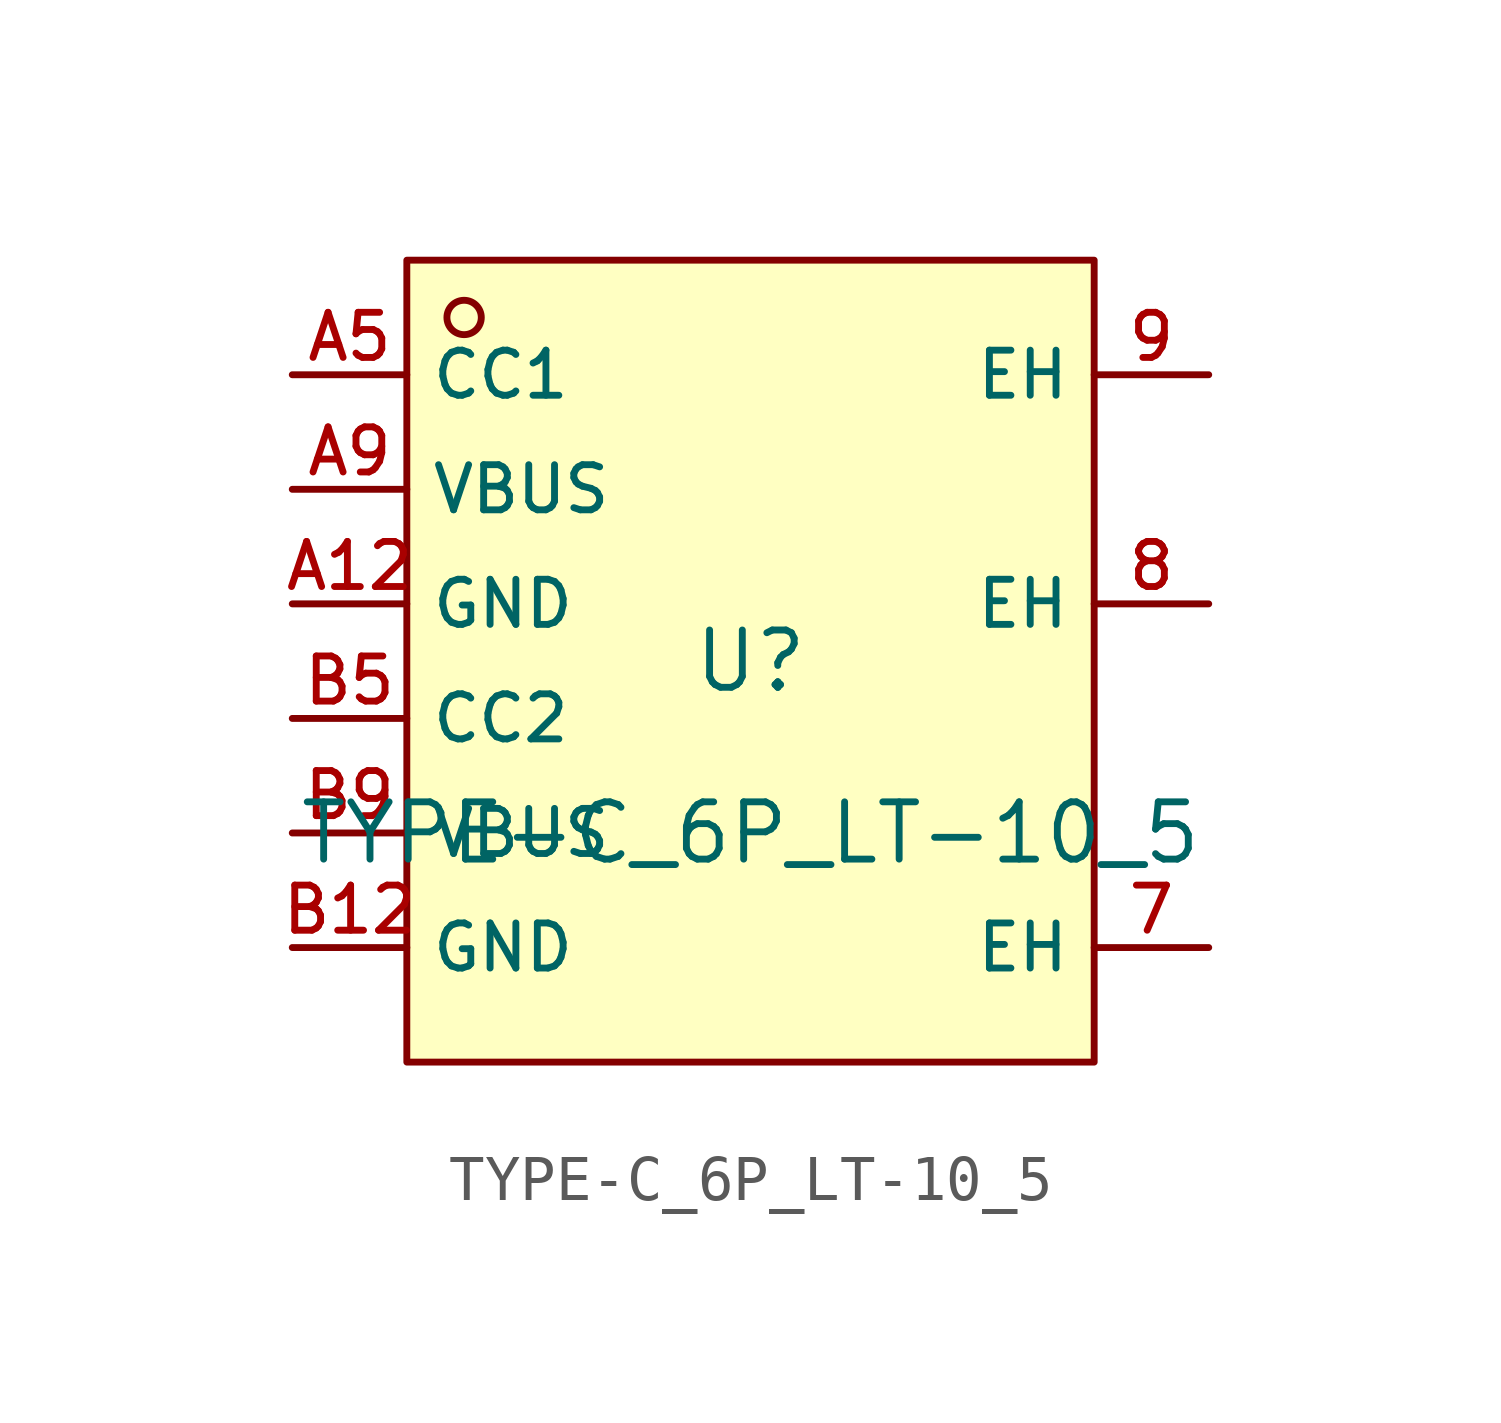
<source format=kicad_sym>
(kicad_symbol_lib
  (version 20210201)
  (generator TousstNicolas/JLC2KiCad_lib)
  (symbol "TYPE-C_6P_LT-10_5"
    (property "Reference" "U"
      (at 0 1.27 0)
      (effects (font (size 1.27 1.27))))
    (property "Value" "TYPE-C_6P_LT-10_5"
      (at 0 -2.54 0)
      (effects (font (size 1.27 1.27))))
    (symbol "TYPE-C_6P_LT-10_5_0_1"
      (pin unspecified line (at 10.16 -5.08 180) (length 2.54) (name "EH" (effects (font (size 1 1)))) (number "7" (effects (font (size 1 1)))))
      (pin unspecified line (at -10.16 -5.08 0) (length 2.54) (name "GND" (effects (font (size 1 1)))) (number "B12" (effects (font (size 1 1)))))
      (pin unspecified line (at -10.16 -2.54 0) (length 2.54) (name "VBUS" (effects (font (size 1 1)))) (number "B9" (effects (font (size 1 1)))))
      (pin unspecified line (at -10.16 -0.0 0) (length 2.54) (name "CC2" (effects (font (size 1 1)))) (number "B5" (effects (font (size 1 1)))))
      (pin unspecified line (at -10.16 2.54 0) (length 2.54) (name "GND" (effects (font (size 1 1)))) (number "A12" (effects (font (size 1 1)))))
      (pin unspecified line (at -10.16 5.08 0) (length 2.54) (name "VBUS" (effects (font (size 1 1)))) (number "A9" (effects (font (size 1 1)))))
      (pin unspecified line (at -10.16 7.62 0) (length 2.54) (name "CC1" (effects (font (size 1 1)))) (number "A5" (effects (font (size 1 1)))))
      (circle (center -6.35 8.89) (radius 0.381) (stroke (width 0) (type default) (color 0 0 0 0)) (fill (type background)))
      (rectangle (start -7.62 10.16) (end 7.62 -7.62) (stroke (width 0) (type default) (color 0 0 0 0)) (fill (type background)))
      (pin unspecified line (at 10.16 2.54 180) (length 2.54) (name "EH" (effects (font (size 1 1)))) (number "8" (effects (font (size 1 1)))))
      (pin unspecified line (at 10.16 7.62 180) (length 2.54) (name "EH" (effects (font (size 1 1)))) (number "9" (effects (font (size 1 1))))))))
</source>
